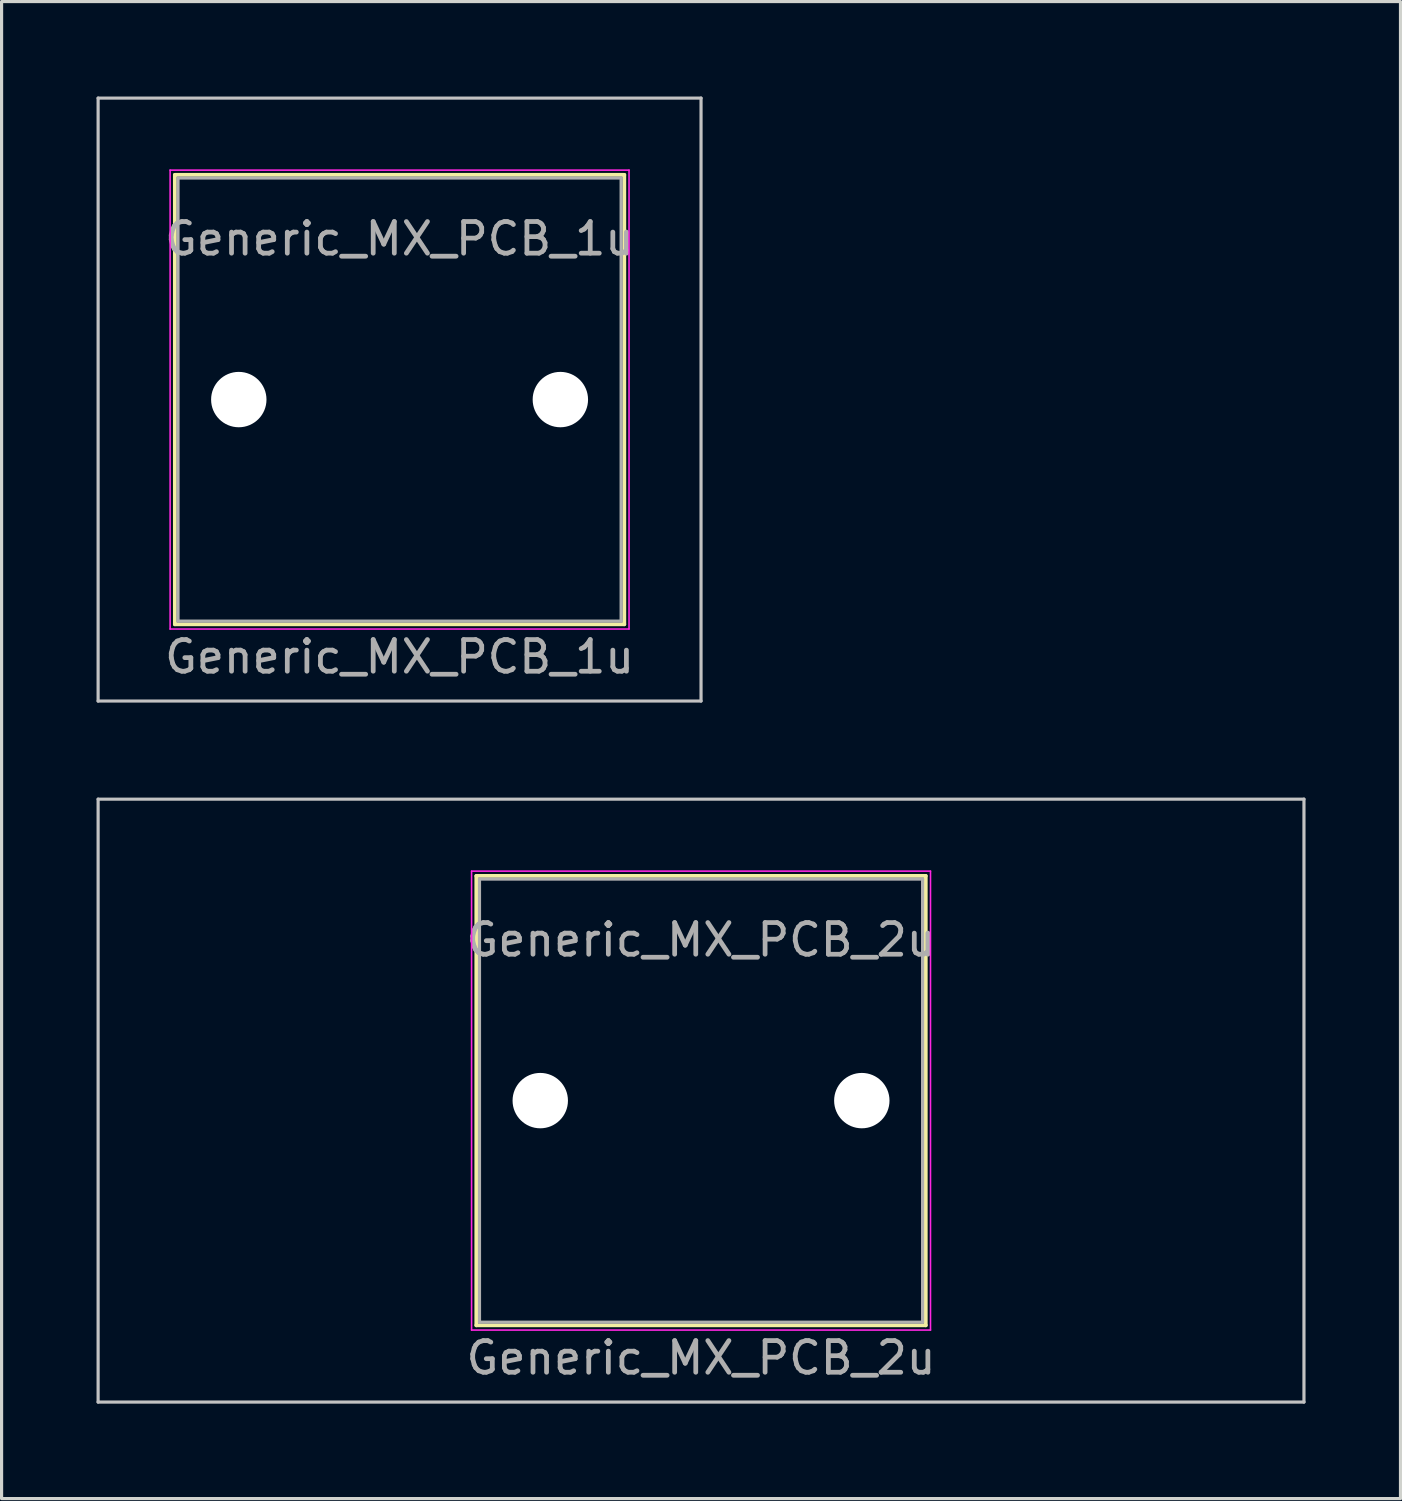
<source format=kicad_pcb>
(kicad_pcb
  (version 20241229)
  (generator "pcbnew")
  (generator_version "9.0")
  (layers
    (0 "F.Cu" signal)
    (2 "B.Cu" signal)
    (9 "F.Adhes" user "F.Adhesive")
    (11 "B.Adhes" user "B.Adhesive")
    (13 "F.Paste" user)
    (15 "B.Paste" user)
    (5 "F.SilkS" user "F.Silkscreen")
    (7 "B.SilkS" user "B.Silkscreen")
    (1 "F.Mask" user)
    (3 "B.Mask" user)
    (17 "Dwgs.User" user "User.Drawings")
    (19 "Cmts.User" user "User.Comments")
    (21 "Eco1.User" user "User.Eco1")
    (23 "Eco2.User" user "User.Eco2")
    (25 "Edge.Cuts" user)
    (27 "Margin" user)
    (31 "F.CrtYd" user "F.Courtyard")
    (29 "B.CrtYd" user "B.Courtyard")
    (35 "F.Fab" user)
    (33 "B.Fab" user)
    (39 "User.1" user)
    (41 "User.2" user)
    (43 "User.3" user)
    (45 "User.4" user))
  (footprint "Generic_MX_PCB_1u"
    (layer "F.Cu")
    (at 9.575 9.575)
    (property "Reference" "Generic_MX_PCB_1u" (at 0 8.128 0) (layer "F.Fab") (effects (font (size 1 1) (thickness 0.15))))
    (attr through_hole)
    (fp_line (start -7.1 -7.1) (end -7.1 7.1) (stroke (width 0.12) (type solid)) (layer "F.SilkS"))
    (fp_line (start -7.1 7.1) (end 7.1 7.1) (stroke (width 0.12) (type solid)) (layer "F.SilkS"))
    (fp_line (start 7.1 -7.1) (end -7.1 -7.1) (stroke (width 0.12) (type solid)) (layer "F.SilkS"))
    (fp_line (start 7.1 7.1) (end 7.1 -7.1) (stroke (width 0.12) (type solid)) (layer "F.SilkS"))
    (fp_line (start -9.525 -9.525) (end -9.525 9.525) (stroke (width 0.1) (type solid)) (layer "Dwgs.User"))
    (fp_line (start -9.525 9.525) (end 9.525 9.525) (stroke (width 0.1) (type solid)) (layer "Dwgs.User"))
    (fp_line (start 9.525 -9.525) (end -9.525 -9.525) (stroke (width 0.1) (type solid)) (layer "Dwgs.User"))
    (fp_line (start 9.525 9.525) (end 9.525 -9.525) (stroke (width 0.1) (type solid)) (layer "Dwgs.User"))
    (fp_line (start -7 -7) (end -7 7) (stroke (width 0.1) (type solid)) (layer "Eco1.User"))
    (fp_line (start -7 7) (end 7 7) (stroke (width 0.1) (type solid)) (layer "Eco1.User"))
    (fp_line (start 7 -7) (end -7 -7) (stroke (width 0.1) (type solid)) (layer "Eco1.User"))
    (fp_line (start 7 7) (end 7 -7) (stroke (width 0.1) (type solid)) (layer "Eco1.User"))
    (fp_line (start -7.25 -7.25) (end -7.25 7.25) (stroke (width 0.05) (type solid)) (layer "F.CrtYd"))
    (fp_line (start -7.25 7.25) (end 7.25 7.25) (stroke (width 0.05) (type solid)) (layer "F.CrtYd"))
    (fp_line (start 7.25 -7.25) (end -7.25 -7.25) (stroke (width 0.05) (type solid)) (layer "F.CrtYd"))
    (fp_line (start 7.25 7.25) (end 7.25 -7.25) (stroke (width 0.05) (type solid)) (layer "F.CrtYd"))
    (fp_line (start -7 -7) (end -7 7) (stroke (width 0.1) (type solid)) (layer "F.Fab"))
    (fp_line (start -7 7) (end 7 7) (stroke (width 0.1) (type solid)) (layer "F.Fab"))
    (fp_line (start 7 -7) (end -7 -7) (stroke (width 0.1) (type solid)) (layer "F.Fab"))
    (fp_line (start 7 7) (end 7 -7) (stroke (width 0.1) (type solid)) (layer "F.Fab"))
    (fp_text user "${REFERENCE}" (at 0 -5.08 0) (layer "F.Fab") (effects (font (size 1 1) (thickness 0.15))))
    (pad "" np_thru_hole circle (at -5.08 0) (size 1.75 1.75) (drill 1.75) (layers "*.Cu" "*.Mask"))
    (pad "" np_thru_hole circle (at 5.08 0) (size 1.75 1.75) (drill 1.75) (layers "*.Cu" "*.Mask")))
  (footprint "Generic_MX_PCB_2u"
    (layer "F.Cu")
    (at 19.1 31.725)
    (property "Reference" "Generic_MX_PCB_2u" (at 0 8.128 0) (layer "F.Fab") (effects (font (size 1 1) (thickness 0.15))))
    (attr through_hole)
    (fp_line (start -7.1 -7.1) (end -7.1 7.1) (stroke (width 0.12) (type solid)) (layer "F.SilkS"))
    (fp_line (start -7.1 7.1) (end 7.1 7.1) (stroke (width 0.12) (type solid)) (layer "F.SilkS"))
    (fp_line (start 7.1 -7.1) (end -7.1 -7.1) (stroke (width 0.12) (type solid)) (layer "F.SilkS"))
    (fp_line (start 7.1 7.1) (end 7.1 -7.1) (stroke (width 0.12) (type solid)) (layer "F.SilkS"))
    (fp_line (start -19.05 -9.525) (end -19.05 9.525) (stroke (width 0.1) (type solid)) (layer "Dwgs.User"))
    (fp_line (start -19.05 9.525) (end 19.05 9.525) (stroke (width 0.1) (type solid)) (layer "Dwgs.User"))
    (fp_line (start 19.05 -9.525) (end -19.05 -9.525) (stroke (width 0.1) (type solid)) (layer "Dwgs.User"))
    (fp_line (start 19.05 9.525) (end 19.05 -9.525) (stroke (width 0.1) (type solid)) (layer "Dwgs.User"))
    (fp_line (start -7 -7) (end -7 7) (stroke (width 0.1) (type solid)) (layer "Eco1.User"))
    (fp_line (start -7 7) (end 7 7) (stroke (width 0.1) (type solid)) (layer "Eco1.User"))
    (fp_line (start 7 -7) (end -7 -7) (stroke (width 0.1) (type solid)) (layer "Eco1.User"))
    (fp_line (start 7 7) (end 7 -7) (stroke (width 0.1) (type solid)) (layer "Eco1.User"))
    (fp_line (start -7.25 -7.25) (end -7.25 7.25) (stroke (width 0.05) (type solid)) (layer "F.CrtYd"))
    (fp_line (start -7.25 7.25) (end 7.25 7.25) (stroke (width 0.05) (type solid)) (layer "F.CrtYd"))
    (fp_line (start 7.25 -7.25) (end -7.25 -7.25) (stroke (width 0.05) (type solid)) (layer "F.CrtYd"))
    (fp_line (start 7.25 7.25) (end 7.25 -7.25) (stroke (width 0.05) (type solid)) (layer "F.CrtYd"))
    (fp_line (start -7 -7) (end -7 7) (stroke (width 0.1) (type solid)) (layer "F.Fab"))
    (fp_line (start -7 7) (end 7 7) (stroke (width 0.1) (type solid)) (layer "F.Fab"))
    (fp_line (start 7 -7) (end -7 -7) (stroke (width 0.1) (type solid)) (layer "F.Fab"))
    (fp_line (start 7 7) (end 7 -7) (stroke (width 0.1) (type solid)) (layer "F.Fab"))
    (fp_text user "${REFERENCE}" (at 0 -5.08 0) (layer "F.Fab") (effects (font (size 1 1) (thickness 0.15))))
    (pad "" np_thru_hole circle (at -5.08 0) (size 1.75 1.75) (drill 1.75) (layers "*.Cu" "*.Mask"))
    (pad "" np_thru_hole circle (at 5.08 0) (size 1.75 1.75) (drill 1.75) (layers "*.Cu" "*.Mask")))
  (gr_rect
    (start -3 -3)
    (end 41.2 44.3)
    (stroke (width 0.1) (type default))
    (fill no)
    (layer "Edge.Cuts")))
</source>
